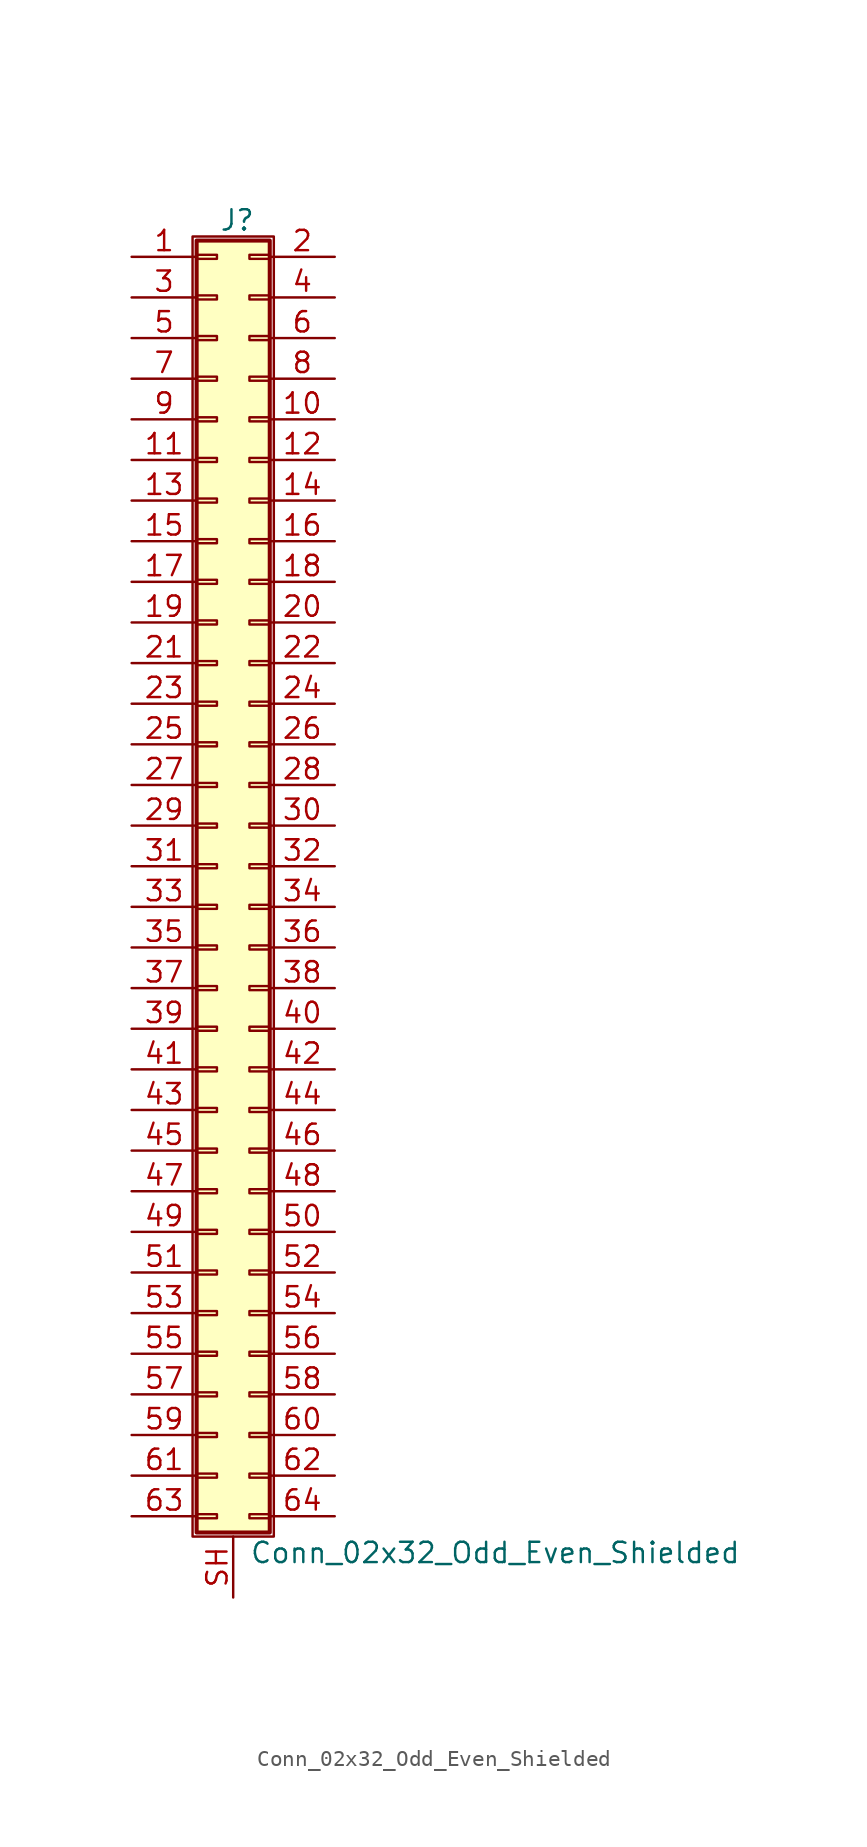
<source format=kicad_sym>
(kicad_symbol_lib
  (version 20201005)
  (generator kicad_symbol_editor)
  (symbol "Conn_02x32_Odd_Even_Shielded"
    (pin_names
      (offset 1.016) hide)
    (property "Reference" "J"
      (at 1.524 40.386 0)
      (effects (font (size 1.27 1.27))))
    (property "Value" "Conn_02x32_Odd_Even_Shielded"
      (at 2.286 -42.926 0)
      (effects (font (size 1.27 1.27)) (justify left)))
    (symbol "Conn_02x32_Odd_Even_Shielded_1_1"
      (rectangle (start -1.27 39.37) (end 3.81 -41.91) (stroke (width 0.152)) (fill (type none)))
      (rectangle (start -1.016 -40.513) (end 0.254 -40.767) (stroke (width 0.152)) (fill (type none)))
      (rectangle (start -1.016 -37.973) (end 0.254 -38.227) (stroke (width 0.152)) (fill (type none)))
      (rectangle (start -1.016 -35.433) (end 0.254 -35.687) (stroke (width 0.152)) (fill (type none)))
      (rectangle (start -1.016 -32.893) (end 0.254 -33.147) (stroke (width 0.152)) (fill (type none)))
      (rectangle (start -1.016 -30.353) (end 0.254 -30.607) (stroke (width 0.152)) (fill (type none)))
      (rectangle (start -1.016 -27.813) (end 0.254 -28.067) (stroke (width 0.152)) (fill (type none)))
      (rectangle (start -1.016 -25.273) (end 0.254 -25.527) (stroke (width 0.152)) (fill (type none)))
      (rectangle (start -1.016 -22.733) (end 0.254 -22.987) (stroke (width 0.152)) (fill (type none)))
      (rectangle (start -1.016 -20.193) (end 0.254 -20.447) (stroke (width 0.152)) (fill (type none)))
      (rectangle (start -1.016 -17.653) (end 0.254 -17.907) (stroke (width 0.152)) (fill (type none)))
      (rectangle (start -1.016 -15.113) (end 0.254 -15.367) (stroke (width 0.152)) (fill (type none)))
      (rectangle (start -1.016 -12.573) (end 0.254 -12.827) (stroke (width 0.152)) (fill (type none)))
      (rectangle (start -1.016 -10.033) (end 0.254 -10.287) (stroke (width 0.152)) (fill (type none)))
      (rectangle (start -1.016 -7.493) (end 0.254 -7.747) (stroke (width 0.152)) (fill (type none)))
      (rectangle (start -1.016 -4.953) (end 0.254 -5.207) (stroke (width 0.152)) (fill (type none)))
      (rectangle (start -1.016 -2.413) (end 0.254 -2.667) (stroke (width 0.152)) (fill (type none)))
      (rectangle (start -1.016 0.127) (end 0.254 -0.127) (stroke (width 0.152)) (fill (type none)))
      (rectangle (start -1.016 2.667) (end 0.254 2.413) (stroke (width 0.152)) (fill (type none)))
      (rectangle (start -1.016 5.207) (end 0.254 4.953) (stroke (width 0.152)) (fill (type none)))
      (rectangle (start -1.016 7.747) (end 0.254 7.493) (stroke (width 0.152)) (fill (type none)))
      (rectangle (start -1.016 10.287) (end 0.254 10.033) (stroke (width 0.152)) (fill (type none)))
      (rectangle (start -1.016 12.827) (end 0.254 12.573) (stroke (width 0.152)) (fill (type none)))
      (rectangle (start -1.016 15.367) (end 0.254 15.113) (stroke (width 0.152)) (fill (type none)))
      (rectangle (start -1.016 17.907) (end 0.254 17.653) (stroke (width 0.152)) (fill (type none)))
      (rectangle (start -1.016 20.447) (end 0.254 20.193) (stroke (width 0.152)) (fill (type none)))
      (rectangle (start -1.016 22.987) (end 0.254 22.733) (stroke (width 0.152)) (fill (type none)))
      (rectangle (start -1.016 25.527) (end 0.254 25.273) (stroke (width 0.152)) (fill (type none)))
      (rectangle (start -1.016 28.067) (end 0.254 27.813) (stroke (width 0.152)) (fill (type none)))
      (rectangle (start -1.016 30.607) (end 0.254 30.353) (stroke (width 0.152)) (fill (type none)))
      (rectangle (start -1.016 33.147) (end 0.254 32.893) (stroke (width 0.152)) (fill (type none)))
      (rectangle (start -1.016 35.687) (end 0.254 35.433) (stroke (width 0.152)) (fill (type none)))
      (rectangle (start -1.016 38.227) (end 0.254 37.973) (stroke (width 0.152)) (fill (type none)))
      (rectangle (start -1.016 39.116) (end 3.556 -41.656) (stroke (width 0.254)) (fill (type background)))
      (rectangle (start 3.556 -40.513) (end 2.286 -40.767) (stroke (width 0.152)) (fill (type none)))
      (rectangle (start 3.556 -37.973) (end 2.286 -38.227) (stroke (width 0.152)) (fill (type none)))
      (rectangle (start 3.556 -35.433) (end 2.286 -35.687) (stroke (width 0.152)) (fill (type none)))
      (rectangle (start 3.556 -32.893) (end 2.286 -33.147) (stroke (width 0.152)) (fill (type none)))
      (rectangle (start 3.556 -30.353) (end 2.286 -30.607) (stroke (width 0.152)) (fill (type none)))
      (rectangle (start 3.556 -27.813) (end 2.286 -28.067) (stroke (width 0.152)) (fill (type none)))
      (rectangle (start 3.556 -25.273) (end 2.286 -25.527) (stroke (width 0.152)) (fill (type none)))
      (rectangle (start 3.556 -22.733) (end 2.286 -22.987) (stroke (width 0.152)) (fill (type none)))
      (rectangle (start 3.556 -20.193) (end 2.286 -20.447) (stroke (width 0.152)) (fill (type none)))
      (rectangle (start 3.556 -17.653) (end 2.286 -17.907) (stroke (width 0.152)) (fill (type none)))
      (rectangle (start 3.556 -15.113) (end 2.286 -15.367) (stroke (width 0.152)) (fill (type none)))
      (rectangle (start 3.556 -12.573) (end 2.286 -12.827) (stroke (width 0.152)) (fill (type none)))
      (rectangle (start 3.556 -10.033) (end 2.286 -10.287) (stroke (width 0.152)) (fill (type none)))
      (rectangle (start 3.556 -7.493) (end 2.286 -7.747) (stroke (width 0.152)) (fill (type none)))
      (rectangle (start 3.556 -4.953) (end 2.286 -5.207) (stroke (width 0.152)) (fill (type none)))
      (rectangle (start 3.556 -2.413) (end 2.286 -2.667) (stroke (width 0.152)) (fill (type none)))
      (rectangle (start 3.556 0.127) (end 2.286 -0.127) (stroke (width 0.152)) (fill (type none)))
      (rectangle (start 3.556 2.667) (end 2.286 2.413) (stroke (width 0.152)) (fill (type none)))
      (rectangle (start 3.556 5.207) (end 2.286 4.953) (stroke (width 0.152)) (fill (type none)))
      (rectangle (start 3.556 7.747) (end 2.286 7.493) (stroke (width 0.152)) (fill (type none)))
      (rectangle (start 3.556 10.287) (end 2.286 10.033) (stroke (width 0.152)) (fill (type none)))
      (rectangle (start 3.556 12.827) (end 2.286 12.573) (stroke (width 0.152)) (fill (type none)))
      (rectangle (start 3.556 15.367) (end 2.286 15.113) (stroke (width 0.152)) (fill (type none)))
      (rectangle (start 3.556 17.907) (end 2.286 17.653) (stroke (width 0.152)) (fill (type none)))
      (rectangle (start 3.556 20.447) (end 2.286 20.193) (stroke (width 0.152)) (fill (type none)))
      (rectangle (start 3.556 22.987) (end 2.286 22.733) (stroke (width 0.152)) (fill (type none)))
      (rectangle (start 3.556 25.527) (end 2.286 25.273) (stroke (width 0.152)) (fill (type none)))
      (rectangle (start 3.556 28.067) (end 2.286 27.813) (stroke (width 0.152)) (fill (type none)))
      (rectangle (start 3.556 30.607) (end 2.286 30.353) (stroke (width 0.152)) (fill (type none)))
      (rectangle (start 3.556 33.147) (end 2.286 32.893) (stroke (width 0.152)) (fill (type none)))
      (rectangle (start 3.556 35.687) (end 2.286 35.433) (stroke (width 0.152)) (fill (type none)))
      (rectangle (start 3.556 38.227) (end 2.286 37.973) (stroke (width 0.152)) (fill (type none)))
      (pin passive line (at -5.08 38.1 0) (length 4.064) (name "Pin_1" (effects (font (size 1.27 1.27)))) (number "1" (effects (font (size 1.27 1.27)))))
      (pin passive line (at 7.62 27.94 180) (length 4.064) (name "Pin_10" (effects (font (size 1.27 1.27)))) (number "10" (effects (font (size 1.27 1.27)))))
      (pin passive line (at -5.08 25.4 0) (length 4.064) (name "Pin_11" (effects (font (size 1.27 1.27)))) (number "11" (effects (font (size 1.27 1.27)))))
      (pin passive line (at 7.62 25.4 180) (length 4.064) (name "Pin_12" (effects (font (size 1.27 1.27)))) (number "12" (effects (font (size 1.27 1.27)))))
      (pin passive line (at -5.08 22.86 0) (length 4.064) (name "Pin_13" (effects (font (size 1.27 1.27)))) (number "13" (effects (font (size 1.27 1.27)))))
      (pin passive line (at 7.62 22.86 180) (length 4.064) (name "Pin_14" (effects (font (size 1.27 1.27)))) (number "14" (effects (font (size 1.27 1.27)))))
      (pin passive line (at -5.08 20.32 0) (length 4.064) (name "Pin_15" (effects (font (size 1.27 1.27)))) (number "15" (effects (font (size 1.27 1.27)))))
      (pin passive line (at 7.62 20.32 180) (length 4.064) (name "Pin_16" (effects (font (size 1.27 1.27)))) (number "16" (effects (font (size 1.27 1.27)))))
      (pin passive line (at -5.08 17.78 0) (length 4.064) (name "Pin_17" (effects (font (size 1.27 1.27)))) (number "17" (effects (font (size 1.27 1.27)))))
      (pin passive line (at 7.62 17.78 180) (length 4.064) (name "Pin_18" (effects (font (size 1.27 1.27)))) (number "18" (effects (font (size 1.27 1.27)))))
      (pin passive line (at -5.08 15.24 0) (length 4.064) (name "Pin_19" (effects (font (size 1.27 1.27)))) (number "19" (effects (font (size 1.27 1.27)))))
      (pin passive line (at 7.62 38.1 180) (length 4.064) (name "Pin_2" (effects (font (size 1.27 1.27)))) (number "2" (effects (font (size 1.27 1.27)))))
      (pin passive line (at 7.62 15.24 180) (length 4.064) (name "Pin_20" (effects (font (size 1.27 1.27)))) (number "20" (effects (font (size 1.27 1.27)))))
      (pin passive line (at -5.08 12.7 0) (length 4.064) (name "Pin_21" (effects (font (size 1.27 1.27)))) (number "21" (effects (font (size 1.27 1.27)))))
      (pin passive line (at 7.62 12.7 180) (length 4.064) (name "Pin_22" (effects (font (size 1.27 1.27)))) (number "22" (effects (font (size 1.27 1.27)))))
      (pin passive line (at -5.08 10.16 0) (length 4.064) (name "Pin_23" (effects (font (size 1.27 1.27)))) (number "23" (effects (font (size 1.27 1.27)))))
      (pin passive line (at 7.62 10.16 180) (length 4.064) (name "Pin_24" (effects (font (size 1.27 1.27)))) (number "24" (effects (font (size 1.27 1.27)))))
      (pin passive line (at -5.08 7.62 0) (length 4.064) (name "Pin_25" (effects (font (size 1.27 1.27)))) (number "25" (effects (font (size 1.27 1.27)))))
      (pin passive line (at 7.62 7.62 180) (length 4.064) (name "Pin_26" (effects (font (size 1.27 1.27)))) (number "26" (effects (font (size 1.27 1.27)))))
      (pin passive line (at -5.08 5.08 0) (length 4.064) (name "Pin_27" (effects (font (size 1.27 1.27)))) (number "27" (effects (font (size 1.27 1.27)))))
      (pin passive line (at 7.62 5.08 180) (length 4.064) (name "Pin_28" (effects (font (size 1.27 1.27)))) (number "28" (effects (font (size 1.27 1.27)))))
      (pin passive line (at -5.08 2.54 0) (length 4.064) (name "Pin_29" (effects (font (size 1.27 1.27)))) (number "29" (effects (font (size 1.27 1.27)))))
      (pin passive line (at -5.08 35.56 0) (length 4.064) (name "Pin_3" (effects (font (size 1.27 1.27)))) (number "3" (effects (font (size 1.27 1.27)))))
      (pin passive line (at 7.62 2.54 180) (length 4.064) (name "Pin_30" (effects (font (size 1.27 1.27)))) (number "30" (effects (font (size 1.27 1.27)))))
      (pin passive line (at -5.08 0 0) (length 4.064) (name "Pin_31" (effects (font (size 1.27 1.27)))) (number "31" (effects (font (size 1.27 1.27)))))
      (pin passive line (at 7.62 0 180) (length 4.064) (name "Pin_32" (effects (font (size 1.27 1.27)))) (number "32" (effects (font (size 1.27 1.27)))))
      (pin passive line (at -5.08 -2.54 0) (length 4.064) (name "Pin_33" (effects (font (size 1.27 1.27)))) (number "33" (effects (font (size 1.27 1.27)))))
      (pin passive line (at 7.62 -2.54 180) (length 4.064) (name "Pin_34" (effects (font (size 1.27 1.27)))) (number "34" (effects (font (size 1.27 1.27)))))
      (pin passive line (at -5.08 -5.08 0) (length 4.064) (name "Pin_35" (effects (font (size 1.27 1.27)))) (number "35" (effects (font (size 1.27 1.27)))))
      (pin passive line (at 7.62 -5.08 180) (length 4.064) (name "Pin_36" (effects (font (size 1.27 1.27)))) (number "36" (effects (font (size 1.27 1.27)))))
      (pin passive line (at -5.08 -7.62 0) (length 4.064) (name "Pin_37" (effects (font (size 1.27 1.27)))) (number "37" (effects (font (size 1.27 1.27)))))
      (pin passive line (at 7.62 -7.62 180) (length 4.064) (name "Pin_38" (effects (font (size 1.27 1.27)))) (number "38" (effects (font (size 1.27 1.27)))))
      (pin passive line (at -5.08 -10.16 0) (length 4.064) (name "Pin_39" (effects (font (size 1.27 1.27)))) (number "39" (effects (font (size 1.27 1.27)))))
      (pin passive line (at 7.62 35.56 180) (length 4.064) (name "Pin_4" (effects (font (size 1.27 1.27)))) (number "4" (effects (font (size 1.27 1.27)))))
      (pin passive line (at 7.62 -10.16 180) (length 4.064) (name "Pin_40" (effects (font (size 1.27 1.27)))) (number "40" (effects (font (size 1.27 1.27)))))
      (pin passive line (at -5.08 -12.7 0) (length 4.064) (name "Pin_41" (effects (font (size 1.27 1.27)))) (number "41" (effects (font (size 1.27 1.27)))))
      (pin passive line (at 7.62 -12.7 180) (length 4.064) (name "Pin_42" (effects (font (size 1.27 1.27)))) (number "42" (effects (font (size 1.27 1.27)))))
      (pin passive line (at -5.08 -15.24 0) (length 4.064) (name "Pin_43" (effects (font (size 1.27 1.27)))) (number "43" (effects (font (size 1.27 1.27)))))
      (pin passive line (at 7.62 -15.24 180) (length 4.064) (name "Pin_44" (effects (font (size 1.27 1.27)))) (number "44" (effects (font (size 1.27 1.27)))))
      (pin passive line (at -5.08 -17.78 0) (length 4.064) (name "Pin_45" (effects (font (size 1.27 1.27)))) (number "45" (effects (font (size 1.27 1.27)))))
      (pin passive line (at 7.62 -17.78 180) (length 4.064) (name "Pin_46" (effects (font (size 1.27 1.27)))) (number "46" (effects (font (size 1.27 1.27)))))
      (pin passive line (at -5.08 -20.32 0) (length 4.064) (name "Pin_47" (effects (font (size 1.27 1.27)))) (number "47" (effects (font (size 1.27 1.27)))))
      (pin passive line (at 7.62 -20.32 180) (length 4.064) (name "Pin_48" (effects (font (size 1.27 1.27)))) (number "48" (effects (font (size 1.27 1.27)))))
      (pin passive line (at -5.08 -22.86 0) (length 4.064) (name "Pin_49" (effects (font (size 1.27 1.27)))) (number "49" (effects (font (size 1.27 1.27)))))
      (pin passive line (at -5.08 33.02 0) (length 4.064) (name "Pin_5" (effects (font (size 1.27 1.27)))) (number "5" (effects (font (size 1.27 1.27)))))
      (pin passive line (at 7.62 -22.86 180) (length 4.064) (name "Pin_50" (effects (font (size 1.27 1.27)))) (number "50" (effects (font (size 1.27 1.27)))))
      (pin passive line (at -5.08 -25.4 0) (length 4.064) (name "Pin_51" (effects (font (size 1.27 1.27)))) (number "51" (effects (font (size 1.27 1.27)))))
      (pin passive line (at 7.62 -25.4 180) (length 4.064) (name "Pin_52" (effects (font (size 1.27 1.27)))) (number "52" (effects (font (size 1.27 1.27)))))
      (pin passive line (at -5.08 -27.94 0) (length 4.064) (name "Pin_53" (effects (font (size 1.27 1.27)))) (number "53" (effects (font (size 1.27 1.27)))))
      (pin passive line (at 7.62 -27.94 180) (length 4.064) (name "Pin_54" (effects (font (size 1.27 1.27)))) (number "54" (effects (font (size 1.27 1.27)))))
      (pin passive line (at -5.08 -30.48 0) (length 4.064) (name "Pin_55" (effects (font (size 1.27 1.27)))) (number "55" (effects (font (size 1.27 1.27)))))
      (pin passive line (at 7.62 -30.48 180) (length 4.064) (name "Pin_56" (effects (font (size 1.27 1.27)))) (number "56" (effects (font (size 1.27 1.27)))))
      (pin passive line (at -5.08 -33.02 0) (length 4.064) (name "Pin_57" (effects (font (size 1.27 1.27)))) (number "57" (effects (font (size 1.27 1.27)))))
      (pin passive line (at 7.62 -33.02 180) (length 4.064) (name "Pin_58" (effects (font (size 1.27 1.27)))) (number "58" (effects (font (size 1.27 1.27)))))
      (pin passive line (at -5.08 -35.56 0) (length 4.064) (name "Pin_59" (effects (font (size 1.27 1.27)))) (number "59" (effects (font (size 1.27 1.27)))))
      (pin passive line (at 7.62 33.02 180) (length 4.064) (name "Pin_6" (effects (font (size 1.27 1.27)))) (number "6" (effects (font (size 1.27 1.27)))))
      (pin passive line (at 7.62 -35.56 180) (length 4.064) (name "Pin_60" (effects (font (size 1.27 1.27)))) (number "60" (effects (font (size 1.27 1.27)))))
      (pin passive line (at -5.08 -38.1 0) (length 4.064) (name "Pin_61" (effects (font (size 1.27 1.27)))) (number "61" (effects (font (size 1.27 1.27)))))
      (pin passive line (at 7.62 -38.1 180) (length 4.064) (name "Pin_62" (effects (font (size 1.27 1.27)))) (number "62" (effects (font (size 1.27 1.27)))))
      (pin passive line (at -5.08 -40.64 0) (length 4.064) (name "Pin_63" (effects (font (size 1.27 1.27)))) (number "63" (effects (font (size 1.27 1.27)))))
      (pin passive line (at 7.62 -40.64 180) (length 4.064) (name "Pin_64" (effects (font (size 1.27 1.27)))) (number "64" (effects (font (size 1.27 1.27)))))
      (pin passive line (at -5.08 30.48 0) (length 4.064) (name "Pin_7" (effects (font (size 1.27 1.27)))) (number "7" (effects (font (size 1.27 1.27)))))
      (pin passive line (at 7.62 30.48 180) (length 4.064) (name "Pin_8" (effects (font (size 1.27 1.27)))) (number "8" (effects (font (size 1.27 1.27)))))
      (pin passive line (at -5.08 27.94 0) (length 4.064) (name "Pin_9" (effects (font (size 1.27 1.27)))) (number "9" (effects (font (size 1.27 1.27)))))
      (pin passive line (at 1.27 -45.72 90) (length 3.81) (name "Shield" (effects (font (size 1.27 1.27)))) (number "SH" (effects (font (size 1.27 1.27))))))))
</source>
